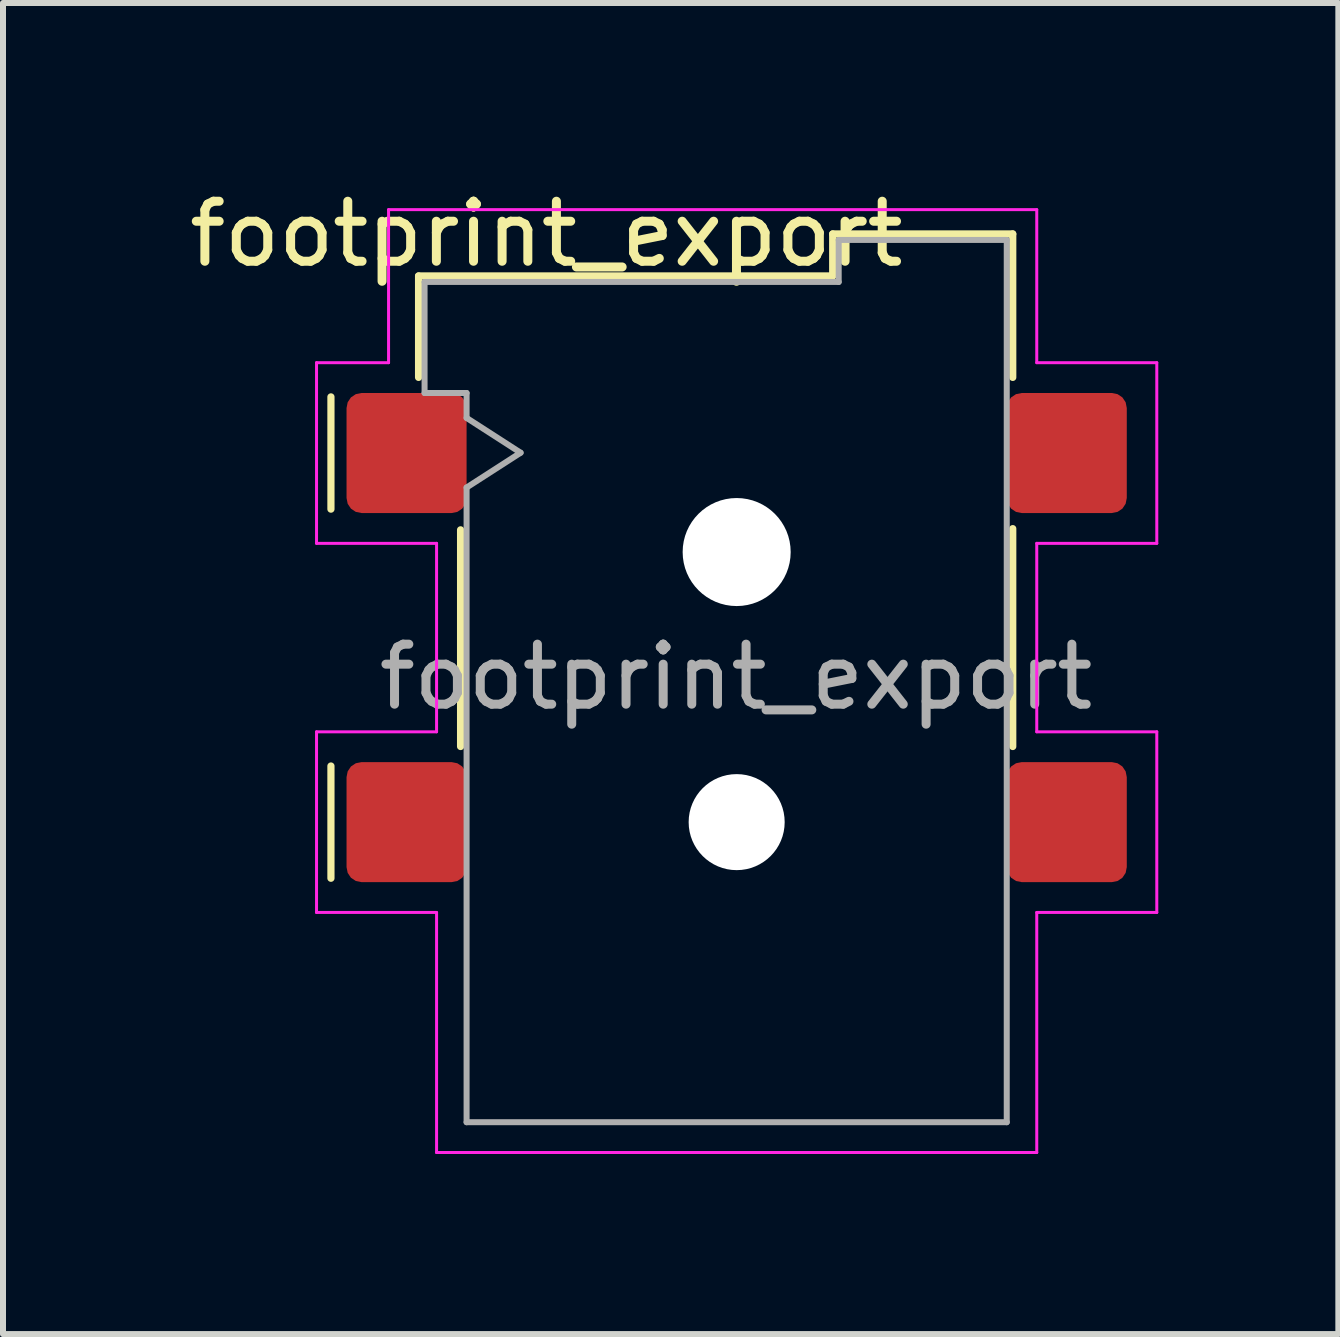
<source format=kicad_pcb>
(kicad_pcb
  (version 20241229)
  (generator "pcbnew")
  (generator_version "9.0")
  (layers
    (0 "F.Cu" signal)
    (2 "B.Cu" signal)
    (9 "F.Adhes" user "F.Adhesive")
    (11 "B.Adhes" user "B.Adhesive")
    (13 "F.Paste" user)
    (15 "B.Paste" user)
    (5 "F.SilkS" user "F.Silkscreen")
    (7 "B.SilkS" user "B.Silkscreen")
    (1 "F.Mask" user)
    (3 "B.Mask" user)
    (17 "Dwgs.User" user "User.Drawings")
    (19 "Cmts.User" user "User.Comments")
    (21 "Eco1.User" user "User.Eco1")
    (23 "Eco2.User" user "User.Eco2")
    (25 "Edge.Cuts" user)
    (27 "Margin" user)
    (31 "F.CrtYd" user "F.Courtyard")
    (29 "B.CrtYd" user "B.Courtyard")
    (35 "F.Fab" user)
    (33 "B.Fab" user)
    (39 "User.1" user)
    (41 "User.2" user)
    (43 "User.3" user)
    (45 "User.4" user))
  (footprint "footprint_export"
    (layer "F.Cu")
    (at 9.224 7.573)
    (property "Reference" "footprint_export" (at -3.17 -6.725 0) (layer "F.SilkS") (effects (font (size 1 1) (thickness 0.15))))
    (attr smd)
    (fp_circle (center 0 -1.425) (end 0.9 -1.425) (stroke (width 0.12) (type solid)) (fill no) (layer "B.Mask"))
    (fp_circle (center 0 3.075) (end 0.8 3.075) (stroke (width 0.12) (type solid)) (fill no) (layer "B.Mask"))
    (fp_line (start -6.76 -4.01) (end -6.76 -2.14) (stroke (width 0.12) (type default)) (layer "F.SilkS"))
    (fp_line (start -6.76 2.14) (end -6.76 4.01) (stroke (width 0.12) (type default)) (layer "F.SilkS"))
    (fp_line (start -5.3 -4.335) (end -5.3 -6.025) (stroke (width 0.12) (type solid)) (layer "F.SilkS"))
    (fp_line (start -4.6 -1.795) (end -4.6 1.815) (stroke (width 0.12) (type solid)) (layer "F.SilkS"))
    (fp_line (start 1.6 -6.725) (end 1.6 -6.025) (stroke (width 0.12) (type solid)) (layer "F.SilkS"))
    (fp_line (start 1.6 -6.025) (end -5.3 -6.025) (stroke (width 0.12) (type solid)) (layer "F.SilkS"))
    (fp_line (start 4.6 -6.725) (end 1.6 -6.725) (stroke (width 0.12) (type solid)) (layer "F.SilkS"))
    (fp_line (start 4.6 -6.725) (end 4.6 -4.335) (stroke (width 0.12) (type default)) (layer "F.SilkS"))
    (fp_line (start 4.6 -1.815) (end 4.6 1.815) (stroke (width 0.12) (type solid)) (layer "F.SilkS"))
    (fp_line (start -7 -4.58) (end -7 -1.57) (stroke (width 0.05) (type default)) (layer "F.CrtYd"))
    (fp_line (start -7 1.57) (end -7 4.58) (stroke (width 0.05) (type default)) (layer "F.CrtYd"))
    (fp_line (start -5.8 -7.13) (end -5.8 -4.58) (stroke (width 0.05) (type default)) (layer "F.CrtYd"))
    (fp_line (start -5.8 -7.13) (end 5 -7.13) (stroke (width 0.05) (type solid)) (layer "F.CrtYd"))
    (fp_line (start -5.8 -4.58) (end -7 -4.58) (stroke (width 0.05) (type default)) (layer "F.CrtYd"))
    (fp_line (start -5 -1.57) (end -7 -1.57) (stroke (width 0.05) (type default)) (layer "F.CrtYd"))
    (fp_line (start -5 -1.57) (end -5 1.57) (stroke (width 0.05) (type default)) (layer "F.CrtYd"))
    (fp_line (start -5 1.57) (end -7 1.57) (stroke (width 0.05) (type default)) (layer "F.CrtYd"))
    (fp_line (start -5 4.58) (end -7 4.58) (stroke (width 0.05) (type default)) (layer "F.CrtYd"))
    (fp_line (start -5 8.58) (end -5 4.58) (stroke (width 0.05) (type solid)) (layer "F.CrtYd"))
    (fp_line (start 5 -7.13) (end 5 -4.58) (stroke (width 0.05) (type default)) (layer "F.CrtYd"))
    (fp_line (start 5 -4.58) (end 7 -4.58) (stroke (width 0.05) (type default)) (layer "F.CrtYd"))
    (fp_line (start 5 -1.57) (end 5 1.57) (stroke (width 0.05) (type default)) (layer "F.CrtYd"))
    (fp_line (start 5 1.57) (end 7 1.57) (stroke (width 0.05) (type default)) (layer "F.CrtYd"))
    (fp_line (start 5 4.58) (end 5 8.58) (stroke (width 0.05) (type default)) (layer "F.CrtYd"))
    (fp_line (start 5 8.58) (end -5 8.58) (stroke (width 0.05) (type solid)) (layer "F.CrtYd"))
    (fp_line (start 7 -4.58) (end 7 -1.57) (stroke (width 0.05) (type default)) (layer "F.CrtYd"))
    (fp_line (start 7 -1.57) (end 5 -1.57) (stroke (width 0.05) (type default)) (layer "F.CrtYd"))
    (fp_line (start 7 1.57) (end 7 4.58) (stroke (width 0.05) (type default)) (layer "F.CrtYd"))
    (fp_line (start 7 4.58) (end 5 4.58) (stroke (width 0.05) (type default)) (layer "F.CrtYd"))
    (fp_line (start -5.2 -5.925) (end -5.2 -4.075) (stroke (width 0.1) (type default)) (layer "F.Fab"))
    (fp_line (start -5.2 -4.075) (end -4.5 -4.075) (stroke (width 0.1) (type default)) (layer "F.Fab"))
    (fp_line (start -4.5 -4.075) (end -4.5 -3.66) (stroke (width 0.1) (type default)) (layer "F.Fab"))
    (fp_line (start -4.5 -3.66) (end -3.6 -3.08) (stroke (width 0.1) (type default)) (layer "F.Fab"))
    (fp_line (start -4.5 -2.5) (end -4.5 8.075) (stroke (width 0.1) (type default)) (layer "F.Fab"))
    (fp_line (start -4.5 8.075) (end 4.5 8.075) (stroke (width 0.1) (type default)) (layer "F.Fab"))
    (fp_line (start -3.6 -3.08) (end -4.5 -2.5) (stroke (width 0.1) (type default)) (layer "F.Fab"))
    (fp_line (start 1.7 -6.625) (end 1.7 -5.925) (stroke (width 0.1) (type default)) (layer "F.Fab"))
    (fp_line (start 1.7 -5.925) (end -5.2 -5.925) (stroke (width 0.1) (type default)) (layer "F.Fab"))
    (fp_line (start 4.5 -6.625) (end 1.7 -6.625) (stroke (width 0.1) (type default)) (layer "F.Fab"))
    (fp_line (start 4.5 8.075) (end 4.5 -6.625) (stroke (width 0.1) (type default)) (layer "F.Fab"))
    (fp_text user "${REFERENCE}" (at -0.01 0.655 0) (layer "F.Fab") (effects (font (size 1 1) (thickness 0.15))))
    (pad "" np_thru_hole circle (at 0 -1.425) (size 1.8 1.8) (drill 1.8) (layers "*.Cu" "*.Mask"))
    (pad "" np_thru_hole circle (at 0 3.075) (size 1.6 1.6) (drill 1.6) (layers "*.Cu" "*.Mask"))
    (pad "1" smd roundrect (at -5.5 -3.075) (size 2 2) (layers "F.Cu" "F.Mask" "F.Paste") (roundrect_rratio 0.125))
    (pad "1" smd roundrect (at -5.5 3.075) (size 2 2) (layers "F.Cu" "F.Mask" "F.Paste") (roundrect_rratio 0.125))
    (pad "2" smd roundrect (at 5.5 3.075) (size 2 2) (layers "F.Cu" "F.Mask" "F.Paste") (roundrect_rratio 0.125))
    (pad "3" smd roundrect (at 5.5 -3.075) (size 2 2) (layers "F.Cu" "F.Mask" "F.Paste") (roundrect_rratio 0.125)))
  (gr_rect
    (start -3 -3)
    (end 19.249 19.178)
    (stroke (width 0.1) (type default))
    (fill no)
    (layer "Edge.Cuts")))
</source>
